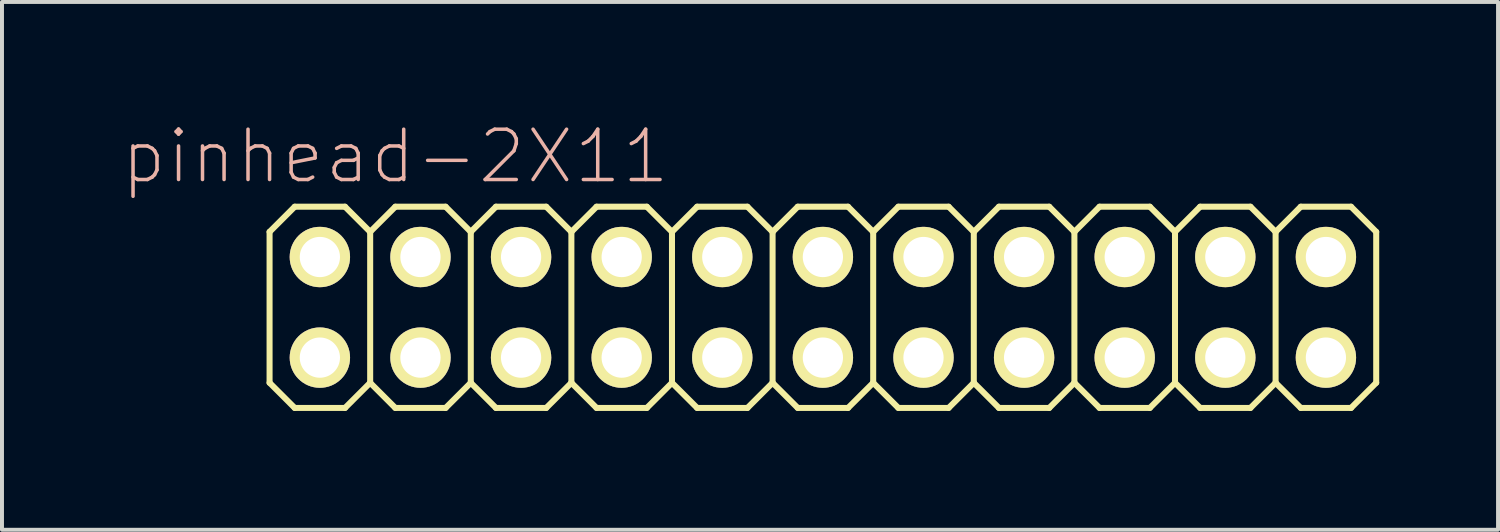
<source format=kicad_pcb>
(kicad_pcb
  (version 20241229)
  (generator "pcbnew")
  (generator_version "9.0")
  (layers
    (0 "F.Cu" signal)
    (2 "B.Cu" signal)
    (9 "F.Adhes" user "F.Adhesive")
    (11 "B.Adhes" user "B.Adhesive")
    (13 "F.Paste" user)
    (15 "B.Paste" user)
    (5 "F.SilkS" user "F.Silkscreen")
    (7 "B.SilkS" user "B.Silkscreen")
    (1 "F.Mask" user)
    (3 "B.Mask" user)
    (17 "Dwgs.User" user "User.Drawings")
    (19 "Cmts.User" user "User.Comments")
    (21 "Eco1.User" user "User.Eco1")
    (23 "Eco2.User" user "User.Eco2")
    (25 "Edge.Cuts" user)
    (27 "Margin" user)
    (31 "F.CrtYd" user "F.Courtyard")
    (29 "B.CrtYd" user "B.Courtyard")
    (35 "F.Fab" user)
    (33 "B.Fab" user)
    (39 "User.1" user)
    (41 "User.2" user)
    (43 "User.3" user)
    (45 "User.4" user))
  (footprint "pinhead-2X11"
    (layer "F.Cu")
    (at 17.726 4.709)
    (property "Reference" "pinhead-2X11" (at -10.795 -3.81 0) (layer "B.SilkS") (effects (font (size 1.27 1.27) (thickness 0.089))))
    (attr exclude_from_pos_files exclude_from_bom)
    (fp_line (start -13.97 -1.905) (end -13.335 -2.54) (stroke (width 0.152) (type solid)) (layer "F.SilkS"))
    (fp_line (start -13.97 1.905) (end -13.97 -1.905) (stroke (width 0.152) (type solid)) (layer "F.SilkS"))
    (fp_line (start -13.97 1.905) (end -13.335 2.54) (stroke (width 0.152) (type solid)) (layer "F.SilkS"))
    (fp_line (start -13.335 -2.54) (end -12.065 -2.54) (stroke (width 0.152) (type solid)) (layer "F.SilkS"))
    (fp_line (start -13.335 2.54) (end -12.065 2.54) (stroke (width 0.152) (type solid)) (layer "F.SilkS"))
    (fp_line (start -12.954 -1.524) (end -12.446 -1.524) (stroke (width 0.066) (type solid)) (layer "F.SilkS"))
    (fp_line (start -12.954 -1.016) (end -12.954 -1.524) (stroke (width 0.066) (type solid)) (layer "F.SilkS"))
    (fp_line (start -12.954 -1.016) (end -12.446 -1.016) (stroke (width 0.066) (type solid)) (layer "F.SilkS"))
    (fp_line (start -12.954 1.016) (end -12.446 1.016) (stroke (width 0.066) (type solid)) (layer "F.SilkS"))
    (fp_line (start -12.954 1.524) (end -12.954 1.016) (stroke (width 0.066) (type solid)) (layer "F.SilkS"))
    (fp_line (start -12.954 1.524) (end -12.446 1.524) (stroke (width 0.066) (type solid)) (layer "F.SilkS"))
    (fp_line (start -12.446 -1.016) (end -12.446 -1.524) (stroke (width 0.066) (type solid)) (layer "F.SilkS"))
    (fp_line (start -12.446 1.524) (end -12.446 1.016) (stroke (width 0.066) (type solid)) (layer "F.SilkS"))
    (fp_line (start -12.065 -2.54) (end -11.43 -1.905) (stroke (width 0.152) (type solid)) (layer "F.SilkS"))
    (fp_line (start -12.065 2.54) (end -11.43 1.905) (stroke (width 0.152) (type solid)) (layer "F.SilkS"))
    (fp_line (start -11.43 -1.905) (end -11.43 1.905) (stroke (width 0.152) (type solid)) (layer "F.SilkS"))
    (fp_line (start -11.43 -1.905) (end -10.795 -2.54) (stroke (width 0.152) (type solid)) (layer "F.SilkS"))
    (fp_line (start -11.43 1.905) (end -10.795 2.54) (stroke (width 0.152) (type solid)) (layer "F.SilkS"))
    (fp_line (start -10.795 -2.54) (end -9.525 -2.54) (stroke (width 0.152) (type solid)) (layer "F.SilkS"))
    (fp_line (start -10.795 2.54) (end -9.525 2.54) (stroke (width 0.152) (type solid)) (layer "F.SilkS"))
    (fp_line (start -10.414 -1.524) (end -9.906 -1.524) (stroke (width 0.066) (type solid)) (layer "F.SilkS"))
    (fp_line (start -10.414 -1.016) (end -10.414 -1.524) (stroke (width 0.066) (type solid)) (layer "F.SilkS"))
    (fp_line (start -10.414 -1.016) (end -9.906 -1.016) (stroke (width 0.066) (type solid)) (layer "F.SilkS"))
    (fp_line (start -10.414 1.016) (end -9.906 1.016) (stroke (width 0.066) (type solid)) (layer "F.SilkS"))
    (fp_line (start -10.414 1.524) (end -10.414 1.016) (stroke (width 0.066) (type solid)) (layer "F.SilkS"))
    (fp_line (start -10.414 1.524) (end -9.906 1.524) (stroke (width 0.066) (type solid)) (layer "F.SilkS"))
    (fp_line (start -9.906 -1.016) (end -9.906 -1.524) (stroke (width 0.066) (type solid)) (layer "F.SilkS"))
    (fp_line (start -9.906 1.524) (end -9.906 1.016) (stroke (width 0.066) (type solid)) (layer "F.SilkS"))
    (fp_line (start -9.525 -2.54) (end -8.89 -1.905) (stroke (width 0.152) (type solid)) (layer "F.SilkS"))
    (fp_line (start -9.525 2.54) (end -8.89 1.905) (stroke (width 0.152) (type solid)) (layer "F.SilkS"))
    (fp_line (start -8.89 -1.905) (end -8.89 1.905) (stroke (width 0.152) (type solid)) (layer "F.SilkS"))
    (fp_line (start -8.89 -1.905) (end -8.255 -2.54) (stroke (width 0.152) (type solid)) (layer "F.SilkS"))
    (fp_line (start -8.89 1.905) (end -8.255 2.54) (stroke (width 0.152) (type solid)) (layer "F.SilkS"))
    (fp_line (start -8.255 -2.54) (end -6.985 -2.54) (stroke (width 0.152) (type solid)) (layer "F.SilkS"))
    (fp_line (start -8.255 2.54) (end -6.985 2.54) (stroke (width 0.152) (type solid)) (layer "F.SilkS"))
    (fp_line (start -7.874 -1.524) (end -7.366 -1.524) (stroke (width 0.066) (type solid)) (layer "F.SilkS"))
    (fp_line (start -7.874 -1.016) (end -7.874 -1.524) (stroke (width 0.066) (type solid)) (layer "F.SilkS"))
    (fp_line (start -7.874 -1.016) (end -7.366 -1.016) (stroke (width 0.066) (type solid)) (layer "F.SilkS"))
    (fp_line (start -7.874 1.016) (end -7.366 1.016) (stroke (width 0.066) (type solid)) (layer "F.SilkS"))
    (fp_line (start -7.874 1.524) (end -7.874 1.016) (stroke (width 0.066) (type solid)) (layer "F.SilkS"))
    (fp_line (start -7.874 1.524) (end -7.366 1.524) (stroke (width 0.066) (type solid)) (layer "F.SilkS"))
    (fp_line (start -7.366 -1.016) (end -7.366 -1.524) (stroke (width 0.066) (type solid)) (layer "F.SilkS"))
    (fp_line (start -7.366 1.524) (end -7.366 1.016) (stroke (width 0.066) (type solid)) (layer "F.SilkS"))
    (fp_line (start -6.985 -2.54) (end -6.35 -1.905) (stroke (width 0.152) (type solid)) (layer "F.SilkS"))
    (fp_line (start -6.985 2.54) (end -6.35 1.905) (stroke (width 0.152) (type solid)) (layer "F.SilkS"))
    (fp_line (start -6.35 -1.905) (end -6.35 1.905) (stroke (width 0.152) (type solid)) (layer "F.SilkS"))
    (fp_line (start -6.35 -1.905) (end -5.715 -2.54) (stroke (width 0.152) (type solid)) (layer "F.SilkS"))
    (fp_line (start -6.35 1.905) (end -5.715 2.54) (stroke (width 0.152) (type solid)) (layer "F.SilkS"))
    (fp_line (start -5.715 -2.54) (end -4.445 -2.54) (stroke (width 0.152) (type solid)) (layer "F.SilkS"))
    (fp_line (start -5.715 2.54) (end -4.445 2.54) (stroke (width 0.152) (type solid)) (layer "F.SilkS"))
    (fp_line (start -5.334 -1.524) (end -4.826 -1.524) (stroke (width 0.066) (type solid)) (layer "F.SilkS"))
    (fp_line (start -5.334 -1.016) (end -5.334 -1.524) (stroke (width 0.066) (type solid)) (layer "F.SilkS"))
    (fp_line (start -5.334 -1.016) (end -4.826 -1.016) (stroke (width 0.066) (type solid)) (layer "F.SilkS"))
    (fp_line (start -5.334 1.016) (end -4.826 1.016) (stroke (width 0.066) (type solid)) (layer "F.SilkS"))
    (fp_line (start -5.334 1.524) (end -5.334 1.016) (stroke (width 0.066) (type solid)) (layer "F.SilkS"))
    (fp_line (start -5.334 1.524) (end -4.826 1.524) (stroke (width 0.066) (type solid)) (layer "F.SilkS"))
    (fp_line (start -4.826 -1.016) (end -4.826 -1.524) (stroke (width 0.066) (type solid)) (layer "F.SilkS"))
    (fp_line (start -4.826 1.524) (end -4.826 1.016) (stroke (width 0.066) (type solid)) (layer "F.SilkS"))
    (fp_line (start -4.445 -2.54) (end -3.81 -1.905) (stroke (width 0.152) (type solid)) (layer "F.SilkS"))
    (fp_line (start -4.445 2.54) (end -3.81 1.905) (stroke (width 0.152) (type solid)) (layer "F.SilkS"))
    (fp_line (start -3.81 -1.905) (end -3.81 1.905) (stroke (width 0.152) (type solid)) (layer "F.SilkS"))
    (fp_line (start -3.81 -1.905) (end -3.175 -2.54) (stroke (width 0.152) (type solid)) (layer "F.SilkS"))
    (fp_line (start -3.81 1.905) (end -3.175 2.54) (stroke (width 0.152) (type solid)) (layer "F.SilkS"))
    (fp_line (start -3.175 -2.54) (end -1.905 -2.54) (stroke (width 0.152) (type solid)) (layer "F.SilkS"))
    (fp_line (start -3.175 2.54) (end -1.905 2.54) (stroke (width 0.152) (type solid)) (layer "F.SilkS"))
    (fp_line (start -2.794 -1.524) (end -2.286 -1.524) (stroke (width 0.066) (type solid)) (layer "F.SilkS"))
    (fp_line (start -2.794 -1.016) (end -2.794 -1.524) (stroke (width 0.066) (type solid)) (layer "F.SilkS"))
    (fp_line (start -2.794 -1.016) (end -2.286 -1.016) (stroke (width 0.066) (type solid)) (layer "F.SilkS"))
    (fp_line (start -2.794 1.016) (end -2.286 1.016) (stroke (width 0.066) (type solid)) (layer "F.SilkS"))
    (fp_line (start -2.794 1.524) (end -2.794 1.016) (stroke (width 0.066) (type solid)) (layer "F.SilkS"))
    (fp_line (start -2.794 1.524) (end -2.286 1.524) (stroke (width 0.066) (type solid)) (layer "F.SilkS"))
    (fp_line (start -2.286 -1.016) (end -2.286 -1.524) (stroke (width 0.066) (type solid)) (layer "F.SilkS"))
    (fp_line (start -2.286 1.524) (end -2.286 1.016) (stroke (width 0.066) (type solid)) (layer "F.SilkS"))
    (fp_line (start -1.905 -2.54) (end -1.27 -1.905) (stroke (width 0.152) (type solid)) (layer "F.SilkS"))
    (fp_line (start -1.905 2.54) (end -1.27 1.905) (stroke (width 0.152) (type solid)) (layer "F.SilkS"))
    (fp_line (start -1.27 -1.905) (end -1.27 1.905) (stroke (width 0.152) (type solid)) (layer "F.SilkS"))
    (fp_line (start -1.27 -1.905) (end -0.635 -2.54) (stroke (width 0.152) (type solid)) (layer "F.SilkS"))
    (fp_line (start -1.27 1.905) (end -0.635 2.54) (stroke (width 0.152) (type solid)) (layer "F.SilkS"))
    (fp_line (start -0.635 -2.54) (end 0.635 -2.54) (stroke (width 0.152) (type solid)) (layer "F.SilkS"))
    (fp_line (start -0.635 2.54) (end 0.635 2.54) (stroke (width 0.152) (type solid)) (layer "F.SilkS"))
    (fp_line (start -0.254 -1.524) (end 0.254 -1.524) (stroke (width 0.066) (type solid)) (layer "F.SilkS"))
    (fp_line (start -0.254 -1.016) (end -0.254 -1.524) (stroke (width 0.066) (type solid)) (layer "F.SilkS"))
    (fp_line (start -0.254 -1.016) (end 0.254 -1.016) (stroke (width 0.066) (type solid)) (layer "F.SilkS"))
    (fp_line (start -0.254 1.016) (end 0.254 1.016) (stroke (width 0.066) (type solid)) (layer "F.SilkS"))
    (fp_line (start -0.254 1.524) (end -0.254 1.016) (stroke (width 0.066) (type solid)) (layer "F.SilkS"))
    (fp_line (start -0.254 1.524) (end 0.254 1.524) (stroke (width 0.066) (type solid)) (layer "F.SilkS"))
    (fp_line (start 0.254 -1.016) (end 0.254 -1.524) (stroke (width 0.066) (type solid)) (layer "F.SilkS"))
    (fp_line (start 0.254 1.524) (end 0.254 1.016) (stroke (width 0.066) (type solid)) (layer "F.SilkS"))
    (fp_line (start 0.635 -2.54) (end 1.27 -1.905) (stroke (width 0.152) (type solid)) (layer "F.SilkS"))
    (fp_line (start 0.635 2.54) (end 1.27 1.905) (stroke (width 0.152) (type solid)) (layer "F.SilkS"))
    (fp_line (start 1.27 -1.905) (end 1.27 1.905) (stroke (width 0.152) (type solid)) (layer "F.SilkS"))
    (fp_line (start 1.27 -1.905) (end 1.905 -2.54) (stroke (width 0.152) (type solid)) (layer "F.SilkS"))
    (fp_line (start 1.27 1.905) (end 1.905 2.54) (stroke (width 0.152) (type solid)) (layer "F.SilkS"))
    (fp_line (start 1.905 -2.54) (end 3.175 -2.54) (stroke (width 0.152) (type solid)) (layer "F.SilkS"))
    (fp_line (start 2.286 -1.524) (end 2.794 -1.524) (stroke (width 0.066) (type solid)) (layer "F.SilkS"))
    (fp_line (start 2.286 -1.016) (end 2.286 -1.524) (stroke (width 0.066) (type solid)) (layer "F.SilkS"))
    (fp_line (start 2.286 -1.016) (end 2.794 -1.016) (stroke (width 0.066) (type solid)) (layer "F.SilkS"))
    (fp_line (start 2.286 1.016) (end 2.794 1.016) (stroke (width 0.066) (type solid)) (layer "F.SilkS"))
    (fp_line (start 2.286 1.524) (end 2.286 1.016) (stroke (width 0.066) (type solid)) (layer "F.SilkS"))
    (fp_line (start 2.286 1.524) (end 2.794 1.524) (stroke (width 0.066) (type solid)) (layer "F.SilkS"))
    (fp_line (start 2.794 -1.016) (end 2.794 -1.524) (stroke (width 0.066) (type solid)) (layer "F.SilkS"))
    (fp_line (start 2.794 1.524) (end 2.794 1.016) (stroke (width 0.066) (type solid)) (layer "F.SilkS"))
    (fp_line (start 3.175 -2.54) (end 3.81 -1.905) (stroke (width 0.152) (type solid)) (layer "F.SilkS"))
    (fp_line (start 3.175 2.54) (end 1.905 2.54) (stroke (width 0.152) (type solid)) (layer "F.SilkS"))
    (fp_line (start 3.81 -1.905) (end 3.81 1.905) (stroke (width 0.152) (type solid)) (layer "F.SilkS"))
    (fp_line (start 3.81 -1.905) (end 4.445 -2.54) (stroke (width 0.152) (type solid)) (layer "F.SilkS"))
    (fp_line (start 3.81 1.905) (end 3.175 2.54) (stroke (width 0.152) (type solid)) (layer "F.SilkS"))
    (fp_line (start 3.81 1.905) (end 4.445 2.54) (stroke (width 0.152) (type solid)) (layer "F.SilkS"))
    (fp_line (start 4.445 -2.54) (end 5.715 -2.54) (stroke (width 0.152) (type solid)) (layer "F.SilkS"))
    (fp_line (start 4.826 -1.524) (end 5.334 -1.524) (stroke (width 0.066) (type solid)) (layer "F.SilkS"))
    (fp_line (start 4.826 -1.016) (end 4.826 -1.524) (stroke (width 0.066) (type solid)) (layer "F.SilkS"))
    (fp_line (start 4.826 -1.016) (end 5.334 -1.016) (stroke (width 0.066) (type solid)) (layer "F.SilkS"))
    (fp_line (start 4.826 1.016) (end 5.334 1.016) (stroke (width 0.066) (type solid)) (layer "F.SilkS"))
    (fp_line (start 4.826 1.524) (end 4.826 1.016) (stroke (width 0.066) (type solid)) (layer "F.SilkS"))
    (fp_line (start 4.826 1.524) (end 5.334 1.524) (stroke (width 0.066) (type solid)) (layer "F.SilkS"))
    (fp_line (start 5.334 -1.016) (end 5.334 -1.524) (stroke (width 0.066) (type solid)) (layer "F.SilkS"))
    (fp_line (start 5.334 1.524) (end 5.334 1.016) (stroke (width 0.066) (type solid)) (layer "F.SilkS"))
    (fp_line (start 5.715 -2.54) (end 6.35 -1.905) (stroke (width 0.152) (type solid)) (layer "F.SilkS"))
    (fp_line (start 5.715 2.54) (end 4.445 2.54) (stroke (width 0.152) (type solid)) (layer "F.SilkS"))
    (fp_line (start 6.35 -1.905) (end 6.35 1.905) (stroke (width 0.152) (type solid)) (layer "F.SilkS"))
    (fp_line (start 6.35 -1.905) (end 6.985 -2.54) (stroke (width 0.152) (type solid)) (layer "F.SilkS"))
    (fp_line (start 6.35 1.905) (end 5.715 2.54) (stroke (width 0.152) (type solid)) (layer "F.SilkS"))
    (fp_line (start 6.35 1.905) (end 6.985 2.54) (stroke (width 0.152) (type solid)) (layer "F.SilkS"))
    (fp_line (start 6.985 -2.54) (end 8.255 -2.54) (stroke (width 0.152) (type solid)) (layer "F.SilkS"))
    (fp_line (start 7.366 -1.524) (end 7.874 -1.524) (stroke (width 0.066) (type solid)) (layer "F.SilkS"))
    (fp_line (start 7.366 -1.016) (end 7.366 -1.524) (stroke (width 0.066) (type solid)) (layer "F.SilkS"))
    (fp_line (start 7.366 -1.016) (end 7.874 -1.016) (stroke (width 0.066) (type solid)) (layer "F.SilkS"))
    (fp_line (start 7.366 1.016) (end 7.874 1.016) (stroke (width 0.066) (type solid)) (layer "F.SilkS"))
    (fp_line (start 7.366 1.524) (end 7.366 1.016) (stroke (width 0.066) (type solid)) (layer "F.SilkS"))
    (fp_line (start 7.366 1.524) (end 7.874 1.524) (stroke (width 0.066) (type solid)) (layer "F.SilkS"))
    (fp_line (start 7.874 -1.016) (end 7.874 -1.524) (stroke (width 0.066) (type solid)) (layer "F.SilkS"))
    (fp_line (start 7.874 1.524) (end 7.874 1.016) (stroke (width 0.066) (type solid)) (layer "F.SilkS"))
    (fp_line (start 8.255 -2.54) (end 8.89 -1.905) (stroke (width 0.152) (type solid)) (layer "F.SilkS"))
    (fp_line (start 8.255 2.54) (end 6.985 2.54) (stroke (width 0.152) (type solid)) (layer "F.SilkS"))
    (fp_line (start 8.89 -1.905) (end 8.89 1.905) (stroke (width 0.152) (type solid)) (layer "F.SilkS"))
    (fp_line (start 8.89 -1.905) (end 9.525 -2.54) (stroke (width 0.152) (type solid)) (layer "F.SilkS"))
    (fp_line (start 8.89 1.905) (end 8.255 2.54) (stroke (width 0.152) (type solid)) (layer "F.SilkS"))
    (fp_line (start 8.89 1.905) (end 9.525 2.54) (stroke (width 0.152) (type solid)) (layer "F.SilkS"))
    (fp_line (start 9.525 -2.54) (end 10.795 -2.54) (stroke (width 0.152) (type solid)) (layer "F.SilkS"))
    (fp_line (start 9.906 -1.524) (end 10.414 -1.524) (stroke (width 0.066) (type solid)) (layer "F.SilkS"))
    (fp_line (start 9.906 -1.016) (end 9.906 -1.524) (stroke (width 0.066) (type solid)) (layer "F.SilkS"))
    (fp_line (start 9.906 -1.016) (end 10.414 -1.016) (stroke (width 0.066) (type solid)) (layer "F.SilkS"))
    (fp_line (start 9.906 1.016) (end 10.414 1.016) (stroke (width 0.066) (type solid)) (layer "F.SilkS"))
    (fp_line (start 9.906 1.524) (end 9.906 1.016) (stroke (width 0.066) (type solid)) (layer "F.SilkS"))
    (fp_line (start 9.906 1.524) (end 10.414 1.524) (stroke (width 0.066) (type solid)) (layer "F.SilkS"))
    (fp_line (start 10.414 -1.016) (end 10.414 -1.524) (stroke (width 0.066) (type solid)) (layer "F.SilkS"))
    (fp_line (start 10.414 1.524) (end 10.414 1.016) (stroke (width 0.066) (type solid)) (layer "F.SilkS"))
    (fp_line (start 10.795 -2.54) (end 11.43 -1.905) (stroke (width 0.152) (type solid)) (layer "F.SilkS"))
    (fp_line (start 10.795 2.54) (end 9.525 2.54) (stroke (width 0.152) (type solid)) (layer "F.SilkS"))
    (fp_line (start 11.43 -1.905) (end 11.43 1.905) (stroke (width 0.152) (type solid)) (layer "F.SilkS"))
    (fp_line (start 11.43 -1.905) (end 12.065 -2.54) (stroke (width 0.152) (type solid)) (layer "F.SilkS"))
    (fp_line (start 11.43 1.905) (end 10.795 2.54) (stroke (width 0.152) (type solid)) (layer "F.SilkS"))
    (fp_line (start 11.43 1.905) (end 12.065 2.54) (stroke (width 0.152) (type solid)) (layer "F.SilkS"))
    (fp_line (start 12.065 -2.54) (end 13.335 -2.54) (stroke (width 0.152) (type solid)) (layer "F.SilkS"))
    (fp_line (start 12.446 -1.524) (end 12.954 -1.524) (stroke (width 0.066) (type solid)) (layer "F.SilkS"))
    (fp_line (start 12.446 -1.016) (end 12.446 -1.524) (stroke (width 0.066) (type solid)) (layer "F.SilkS"))
    (fp_line (start 12.446 -1.016) (end 12.954 -1.016) (stroke (width 0.066) (type solid)) (layer "F.SilkS"))
    (fp_line (start 12.446 1.016) (end 12.954 1.016) (stroke (width 0.066) (type solid)) (layer "F.SilkS"))
    (fp_line (start 12.446 1.524) (end 12.446 1.016) (stroke (width 0.066) (type solid)) (layer "F.SilkS"))
    (fp_line (start 12.446 1.524) (end 12.954 1.524) (stroke (width 0.066) (type solid)) (layer "F.SilkS"))
    (fp_line (start 12.954 -1.016) (end 12.954 -1.524) (stroke (width 0.066) (type solid)) (layer "F.SilkS"))
    (fp_line (start 12.954 1.524) (end 12.954 1.016) (stroke (width 0.066) (type solid)) (layer "F.SilkS"))
    (fp_line (start 13.335 -2.54) (end 13.97 -1.905) (stroke (width 0.152) (type solid)) (layer "F.SilkS"))
    (fp_line (start 13.335 2.54) (end 12.065 2.54) (stroke (width 0.152) (type solid)) (layer "F.SilkS"))
    (fp_line (start 13.97 -1.905) (end 13.97 1.905) (stroke (width 0.152) (type solid)) (layer "F.SilkS"))
    (fp_line (start 13.97 1.905) (end 13.335 2.54) (stroke (width 0.152) (type solid)) (layer "F.SilkS"))
    (pad "1" thru_hole circle (at -12.7 1.27) (size 1.524 1.524) (drill 1.016) (layers "*.Cu" "F.Mask" "F.SilkS" "F.Paste"))
    (pad "2" thru_hole circle (at -12.7 -1.27) (size 1.524 1.524) (drill 1.016) (layers "*.Cu" "F.Mask" "F.SilkS" "F.Paste"))
    (pad "3" thru_hole circle (at -10.16 1.27) (size 1.524 1.524) (drill 1.016) (layers "*.Cu" "F.Mask" "F.SilkS" "F.Paste"))
    (pad "4" thru_hole circle (at -10.16 -1.27) (size 1.524 1.524) (drill 1.016) (layers "*.Cu" "F.Mask" "F.SilkS" "F.Paste"))
    (pad "5" thru_hole circle (at -7.62 1.27) (size 1.524 1.524) (drill 1.016) (layers "*.Cu" "F.Mask" "F.SilkS" "F.Paste"))
    (pad "6" thru_hole circle (at -7.62 -1.27) (size 1.524 1.524) (drill 1.016) (layers "*.Cu" "F.Mask" "F.SilkS" "F.Paste"))
    (pad "7" thru_hole circle (at -5.08 1.27) (size 1.524 1.524) (drill 1.016) (layers "*.Cu" "F.Mask" "F.SilkS" "F.Paste"))
    (pad "8" thru_hole circle (at -5.08 -1.27) (size 1.524 1.524) (drill 1.016) (layers "*.Cu" "F.Mask" "F.SilkS" "F.Paste"))
    (pad "9" thru_hole circle (at -2.54 1.27) (size 1.524 1.524) (drill 1.016) (layers "*.Cu" "F.Mask" "F.SilkS" "F.Paste"))
    (pad "10" thru_hole circle (at -2.54 -1.27) (size 1.524 1.524) (drill 1.016) (layers "*.Cu" "F.Mask" "F.SilkS" "F.Paste"))
    (pad "11" thru_hole circle (at 0 1.27) (size 1.524 1.524) (drill 1.016) (layers "*.Cu" "F.Mask" "F.SilkS" "F.Paste"))
    (pad "12" thru_hole circle (at 0 -1.27) (size 1.524 1.524) (drill 1.016) (layers "*.Cu" "F.Mask" "F.SilkS" "F.Paste"))
    (pad "13" thru_hole circle (at 2.54 1.27) (size 1.524 1.524) (drill 1.016) (layers "*.Cu" "F.Mask" "F.SilkS" "F.Paste"))
    (pad "14" thru_hole circle (at 2.54 -1.27) (size 1.524 1.524) (drill 1.016) (layers "*.Cu" "F.Mask" "F.SilkS" "F.Paste"))
    (pad "15" thru_hole circle (at 5.08 1.27) (size 1.524 1.524) (drill 1.016) (layers "*.Cu" "F.Mask" "F.SilkS" "F.Paste"))
    (pad "16" thru_hole circle (at 5.08 -1.27) (size 1.524 1.524) (drill 1.016) (layers "*.Cu" "F.Mask" "F.SilkS" "F.Paste"))
    (pad "17" thru_hole circle (at 7.62 1.27) (size 1.524 1.524) (drill 1.016) (layers "*.Cu" "F.Mask" "F.SilkS" "F.Paste"))
    (pad "18" thru_hole circle (at 7.62 -1.27) (size 1.524 1.524) (drill 1.016) (layers "*.Cu" "F.Mask" "F.SilkS" "F.Paste"))
    (pad "19" thru_hole circle (at 10.16 1.27) (size 1.524 1.524) (drill 1.016) (layers "*.Cu" "F.Mask" "F.SilkS" "F.Paste"))
    (pad "20" thru_hole circle (at 10.16 -1.27) (size 1.524 1.524) (drill 1.016) (layers "*.Cu" "F.Mask" "F.SilkS" "F.Paste"))
    (pad "21" thru_hole circle (at 12.7 1.27) (size 1.524 1.524) (drill 1.016) (layers "*.Cu" "F.Mask" "F.SilkS" "F.Paste"))
    (pad "22" thru_hole circle (at 12.7 -1.27) (size 1.524 1.524) (drill 1.016) (layers "*.Cu" "F.Mask" "F.SilkS" "F.Paste")))
  (gr_rect
    (start -3 -3)
    (end 34.772 10.325)
    (stroke (width 0.1) (type default))
    (fill no)
    (layer "Edge.Cuts")))
</source>
